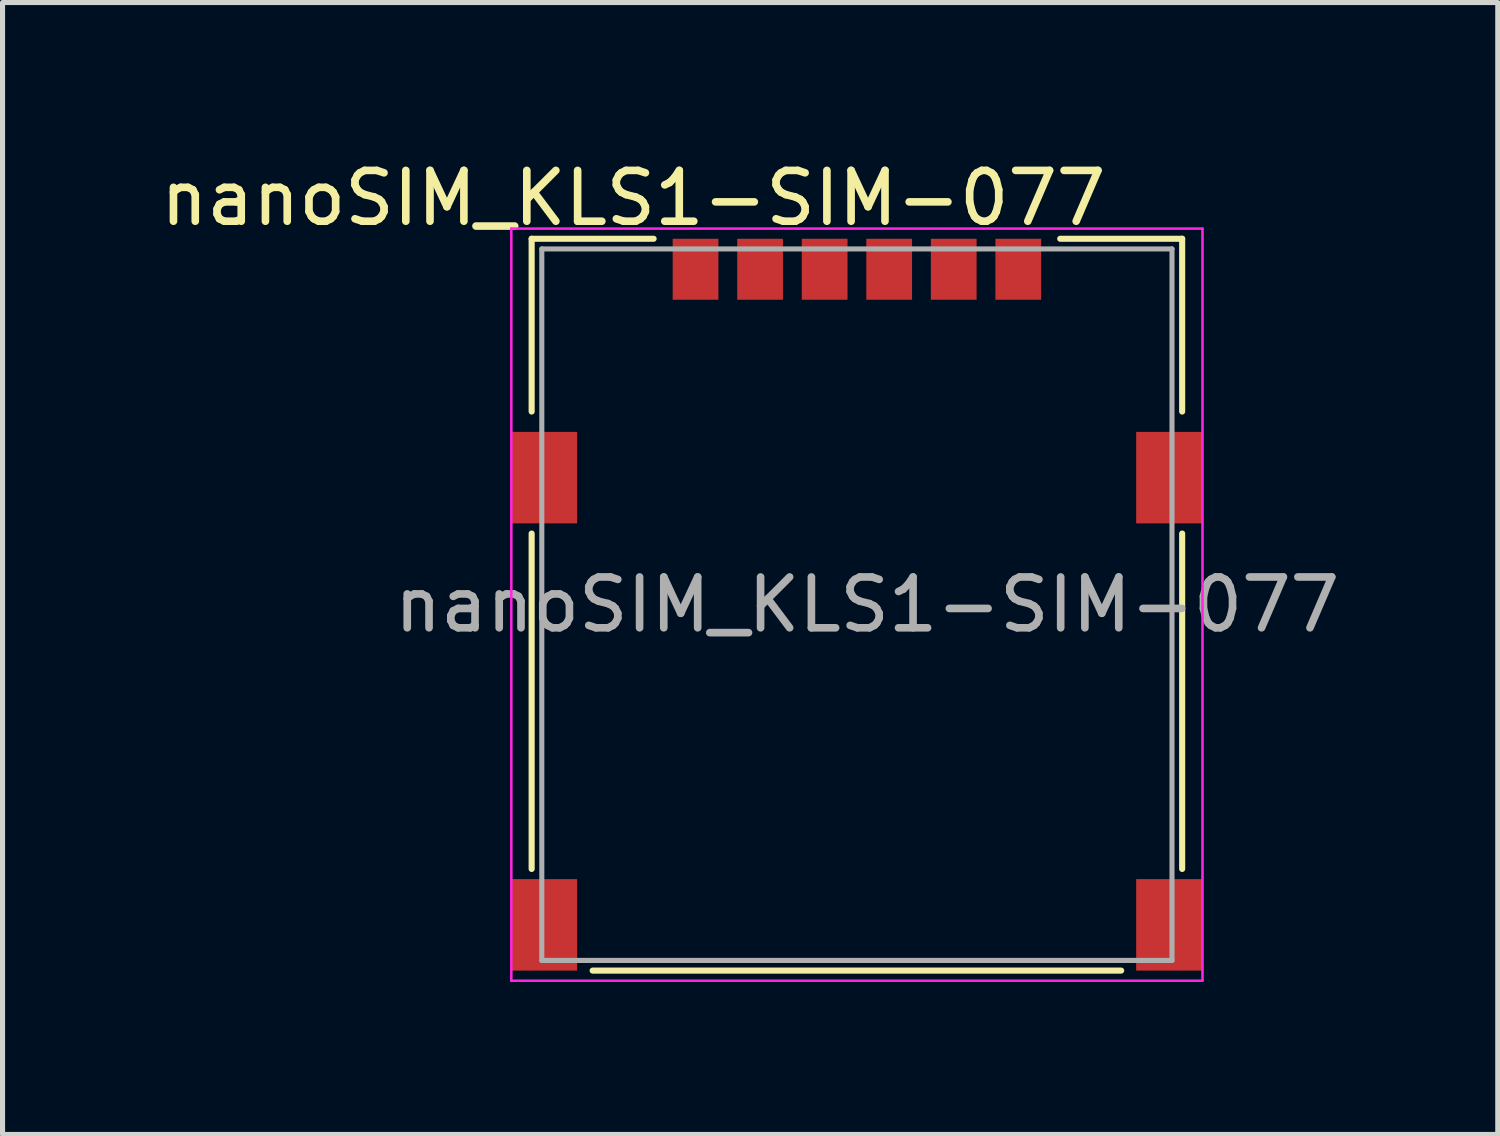
<source format=kicad_pcb>
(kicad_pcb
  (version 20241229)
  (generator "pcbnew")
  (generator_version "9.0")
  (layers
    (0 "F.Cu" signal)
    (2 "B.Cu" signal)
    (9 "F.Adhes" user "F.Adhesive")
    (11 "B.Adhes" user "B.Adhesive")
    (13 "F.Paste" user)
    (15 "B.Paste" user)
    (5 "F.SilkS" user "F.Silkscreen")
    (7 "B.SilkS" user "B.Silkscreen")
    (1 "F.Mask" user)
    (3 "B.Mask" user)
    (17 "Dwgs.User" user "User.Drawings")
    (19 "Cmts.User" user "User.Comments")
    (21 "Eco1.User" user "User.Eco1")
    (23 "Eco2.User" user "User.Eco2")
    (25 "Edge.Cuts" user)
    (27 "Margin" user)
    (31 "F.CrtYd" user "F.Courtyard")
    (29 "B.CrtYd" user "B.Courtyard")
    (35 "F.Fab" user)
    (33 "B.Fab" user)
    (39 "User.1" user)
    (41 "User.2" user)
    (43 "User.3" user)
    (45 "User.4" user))
  (footprint "nanoSIM_KLS1-SIM-077"
    (layer "F.Cu")
    (at 13.811 8.848)
    (property "Reference" "nanoSIM_KLS1-SIM-077" (at -4.4 -8 0) (layer "F.SilkS") (effects (font (size 1 1) (thickness 0.15))))
    (attr smd)
    (fp_line (start -6.4 -7.2) (end -6.4 -3.8) (stroke (width 0.12) (type solid)) (layer "F.SilkS"))
    (fp_line (start -6.4 -7.2) (end -4 -7.2) (stroke (width 0.12) (type solid)) (layer "F.SilkS"))
    (fp_line (start -6.4 -1.4) (end -6.4 5.2) (stroke (width 0.12) (type solid)) (layer "F.SilkS"))
    (fp_line (start -5.2 7.2) (end 5.2 7.2) (stroke (width 0.12) (type solid)) (layer "F.SilkS"))
    (fp_line (start 4 -7.2) (end 6.4 -7.2) (stroke (width 0.12) (type solid)) (layer "F.SilkS"))
    (fp_line (start 6.4 -7.2) (end 6.4 -3.8) (stroke (width 0.12) (type solid)) (layer "F.SilkS"))
    (fp_line (start 6.4 -1.4) (end 6.4 5.2) (stroke (width 0.12) (type solid)) (layer "F.SilkS"))
    (fp_line (start -6.8 -7.4) (end -6.8 7.4) (stroke (width 0.05) (type solid)) (layer "F.CrtYd"))
    (fp_line (start 6.8 -7.4) (end -6.8 -7.4) (stroke (width 0.05) (type solid)) (layer "F.CrtYd"))
    (fp_line (start 6.8 -7.4) (end 6.8 7.4) (stroke (width 0.05) (type solid)) (layer "F.CrtYd"))
    (fp_line (start 6.8 7.4) (end -6.8 7.4) (stroke (width 0.05) (type solid)) (layer "F.CrtYd"))
    (fp_line (start -6.2 -7) (end -6.2 7) (stroke (width 0.1) (type solid)) (layer "F.Fab"))
    (fp_line (start -6.2 7) (end 6.2 7) (stroke (width 0.1) (type solid)) (layer "F.Fab"))
    (fp_line (start 6.2 -7) (end -6.2 -7) (stroke (width 0.1) (type solid)) (layer "F.Fab"))
    (fp_line (start 6.2 7) (end 6.2 -7) (stroke (width 0.1) (type solid)) (layer "F.Fab"))
    (fp_text user "${REFERENCE}" (at 0.2 0 0) (layer "F.Fab") (effects (font (size 1 1) (thickness 0.15))))
    (pad "1" smd rect (at -3.175 -6.6) (size 0.9 1.2) (layers "F.Cu" "F.Mask" "F.Paste"))
    (pad "2" smd rect (at -0.635 -6.6) (size 0.9 1.2) (layers "F.Cu" "F.Mask" "F.Paste"))
    (pad "3" smd rect (at 1.905 -6.6) (size 0.9 1.2) (layers "F.Cu" "F.Mask" "F.Paste"))
    (pad "5" smd rect (at -6.155 -2.5) (size 1.3 1.8) (layers "F.Cu" "F.Mask" "F.Paste"))
    (pad "5" smd rect (at -6.155 6.3) (size 1.3 1.8) (layers "F.Cu" "F.Mask" "F.Paste"))
    (pad "5" smd rect (at -1.905 -6.6) (size 0.9 1.2) (layers "F.Cu" "F.Mask" "F.Paste"))
    (pad "5" smd rect (at 6.145 -2.5) (size 1.3 1.8) (layers "F.Cu" "F.Mask" "F.Paste"))
    (pad "5" smd rect (at 6.145 6.3) (size 1.3 1.8) (layers "F.Cu" "F.Mask" "F.Paste"))
    (pad "6" smd rect (at 0.635 -6.6) (size 0.9 1.2) (layers "F.Cu" "F.Mask" "F.Paste"))
    (pad "7" smd rect (at 3.175 -6.6) (size 0.9 1.2) (layers "F.Cu" "F.Mask" "F.Paste")))
  (gr_rect
    (start -3 -3)
    (end 26.421 19.273)
    (stroke (width 0.1) (type default))
    (fill no)
    (layer "Edge.Cuts")))
</source>
